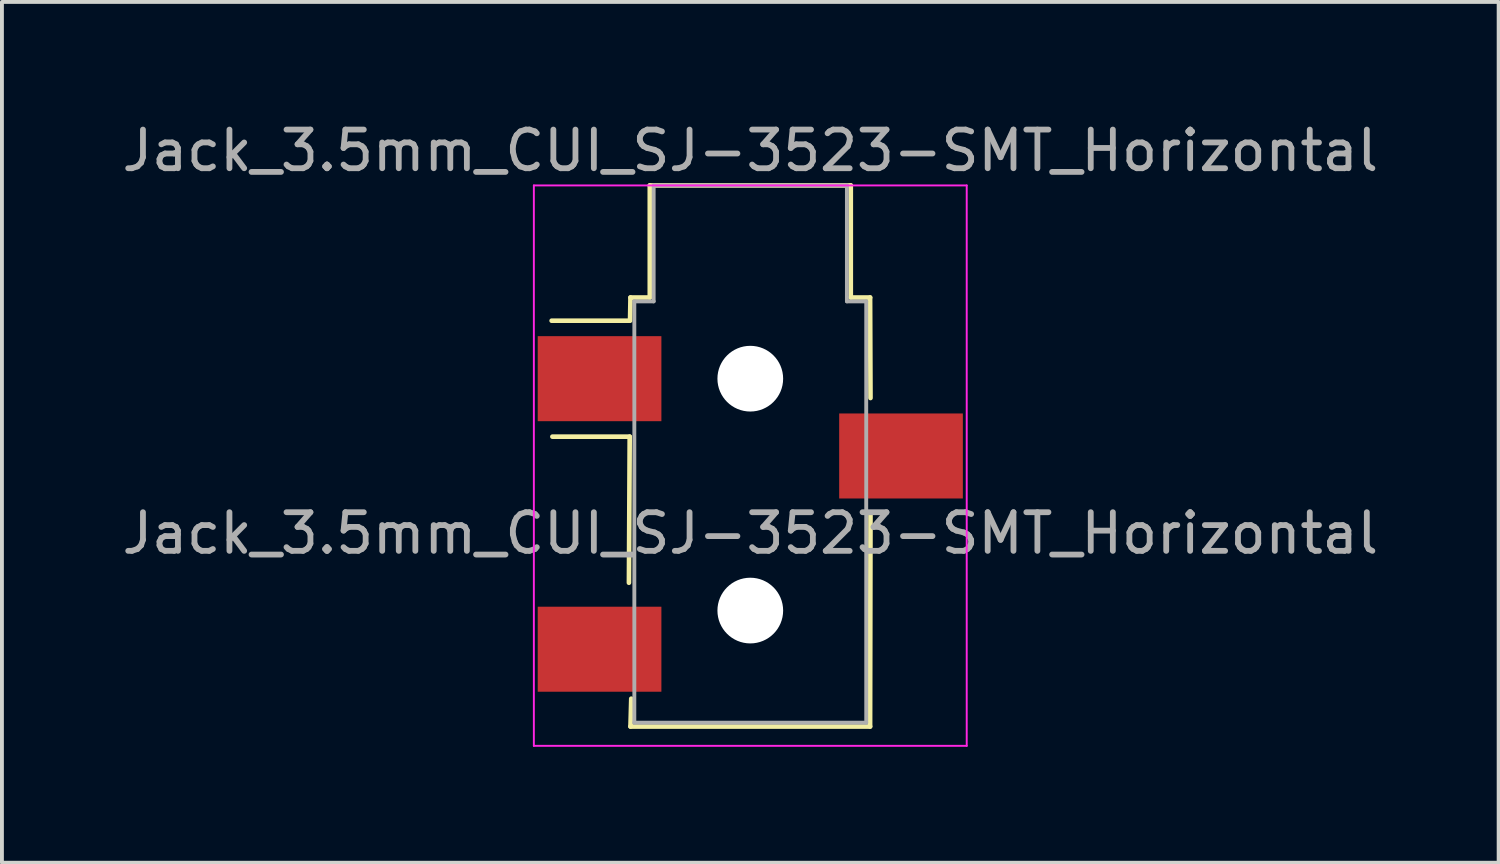
<source format=kicad_pcb>
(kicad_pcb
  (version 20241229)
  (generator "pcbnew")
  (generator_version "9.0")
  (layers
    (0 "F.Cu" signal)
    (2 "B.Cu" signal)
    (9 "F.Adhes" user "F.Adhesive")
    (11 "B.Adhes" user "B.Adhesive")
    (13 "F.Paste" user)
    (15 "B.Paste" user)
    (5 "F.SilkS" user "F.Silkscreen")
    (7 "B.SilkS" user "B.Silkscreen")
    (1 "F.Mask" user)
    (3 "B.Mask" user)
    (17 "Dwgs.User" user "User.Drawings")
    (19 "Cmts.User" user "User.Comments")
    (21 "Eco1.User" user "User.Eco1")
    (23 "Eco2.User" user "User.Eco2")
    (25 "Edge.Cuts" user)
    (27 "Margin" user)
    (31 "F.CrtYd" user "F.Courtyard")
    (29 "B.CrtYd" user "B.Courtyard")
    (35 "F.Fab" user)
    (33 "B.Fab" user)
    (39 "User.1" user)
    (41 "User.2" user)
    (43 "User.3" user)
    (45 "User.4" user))
  (footprint "Jack_3.5mm_CUI_SJ-3523-SMT_Horizontal"
    (layer "F.Cu")
    (at 16.363 10.748)
    (property "Reference" "Jack_3.5mm_CUI_SJ-3523-SMT_Horizontal" (at 0 -9.9 0) (layer "F.Fab") (effects (font (size 1 1) (thickness 0.15))))
    (attr smd)
    (fp_line (start -3.14 -5.5) (end -5.14 -5.5) (stroke (width 0.12) (type solid)) (layer "F.SilkS"))
    (fp_line (start -3.14 1.28) (end -3.12 -2.5) (stroke (width 0.12) (type solid)) (layer "F.SilkS"))
    (fp_line (start -3.12 -2.5) (end -5.12 -2.5) (stroke (width 0.12) (type solid)) (layer "F.SilkS"))
    (fp_line (start -3.111 -5.5) (end -3.1 -6.1) (stroke (width 0.12) (type solid)) (layer "F.SilkS"))
    (fp_line (start -3.1 -6.1) (end -2.6 -6.1) (stroke (width 0.12) (type solid)) (layer "F.SilkS"))
    (fp_line (start -3.1 5) (end -3.08 4.28) (stroke (width 0.12) (type solid)) (layer "F.SilkS"))
    (fp_line (start -2.6 -9) (end 2.6 -9) (stroke (width 0.12) (type solid)) (layer "F.SilkS"))
    (fp_line (start -2.6 -6.1) (end -2.6 -9) (stroke (width 0.12) (type solid)) (layer "F.SilkS"))
    (fp_line (start 2.6 -9) (end 2.6 -6.1) (stroke (width 0.12) (type solid)) (layer "F.SilkS"))
    (fp_line (start 2.6 -6.1) (end 3.1 -6.1) (stroke (width 0.12) (type solid)) (layer "F.SilkS"))
    (fp_line (start 3.1 -6.1) (end 3.11 -3.5) (stroke (width 0.12) (type solid)) (layer "F.SilkS"))
    (fp_line (start 3.1 5) (end -3.1 5) (stroke (width 0.12) (type solid)) (layer "F.SilkS"))
    (fp_line (start 3.11 -0.5) (end 3.1 5) (stroke (width 0.12) (type solid)) (layer "F.SilkS"))
    (fp_line (start -5.6 -9) (end 5.6 -9) (stroke (width 0.05) (type solid)) (layer "F.CrtYd"))
    (fp_line (start -5.6 5.5) (end -5.6 -9) (stroke (width 0.05) (type solid)) (layer "F.CrtYd"))
    (fp_line (start 5.6 -9) (end 5.6 5.5) (stroke (width 0.05) (type solid)) (layer "F.CrtYd"))
    (fp_line (start 5.6 5.5) (end -5.6 5.5) (stroke (width 0.05) (type solid)) (layer "F.CrtYd"))
    (fp_line (start -3 -6) (end -2.5 -6) (stroke (width 0.1) (type solid)) (layer "F.Fab"))
    (fp_line (start -3 4.9) (end -3 -6) (stroke (width 0.1) (type solid)) (layer "F.Fab"))
    (fp_line (start -2.5 -9) (end 2.5 -9) (stroke (width 0.1) (type solid)) (layer "F.Fab"))
    (fp_line (start -2.5 -6) (end -2.5 -9) (stroke (width 0.1) (type solid)) (layer "F.Fab"))
    (fp_line (start 2.5 -9) (end 2.5 -6) (stroke (width 0.1) (type solid)) (layer "F.Fab"))
    (fp_line (start 2.5 -6) (end 3 -6) (stroke (width 0.1) (type solid)) (layer "F.Fab"))
    (fp_line (start 3 -6) (end 3 4.9) (stroke (width 0.1) (type solid)) (layer "F.Fab"))
    (fp_line (start 3 4.9) (end -3 4.9) (stroke (width 0.1) (type solid)) (layer "F.Fab"))
    (fp_text user "${REFERENCE}" (at 0 0 0) (layer "F.Fab") (effects (font (size 1 1) (thickness 0.15))))
    (pad "" np_thru_hole circle (at 0 -4) (size 1.7 1.7) (drill 1.7) (layers "*.Cu" "*.Mask"))
    (pad "" np_thru_hole circle (at 0 2) (size 1.7 1.7) (drill 1.7) (layers "*.Cu" "*.Mask"))
    (pad "R" smd rect (at 3.9 -2) (size 3.2 2.2) (layers "F.Cu" "F.Mask" "F.Paste"))
    (pad "S" smd rect (at -3.9 -4) (size 3.2 2.2) (layers "F.Cu" "F.Mask" "F.Paste"))
    (pad "T" smd rect (at -3.9 3) (size 3.2 2.2) (layers "F.Cu" "F.Mask" "F.Paste")))
  (gr_rect
    (start -3 -3)
    (end 35.726 19.273)
    (stroke (width 0.1) (type default))
    (fill no)
    (layer "Edge.Cuts")))
</source>
